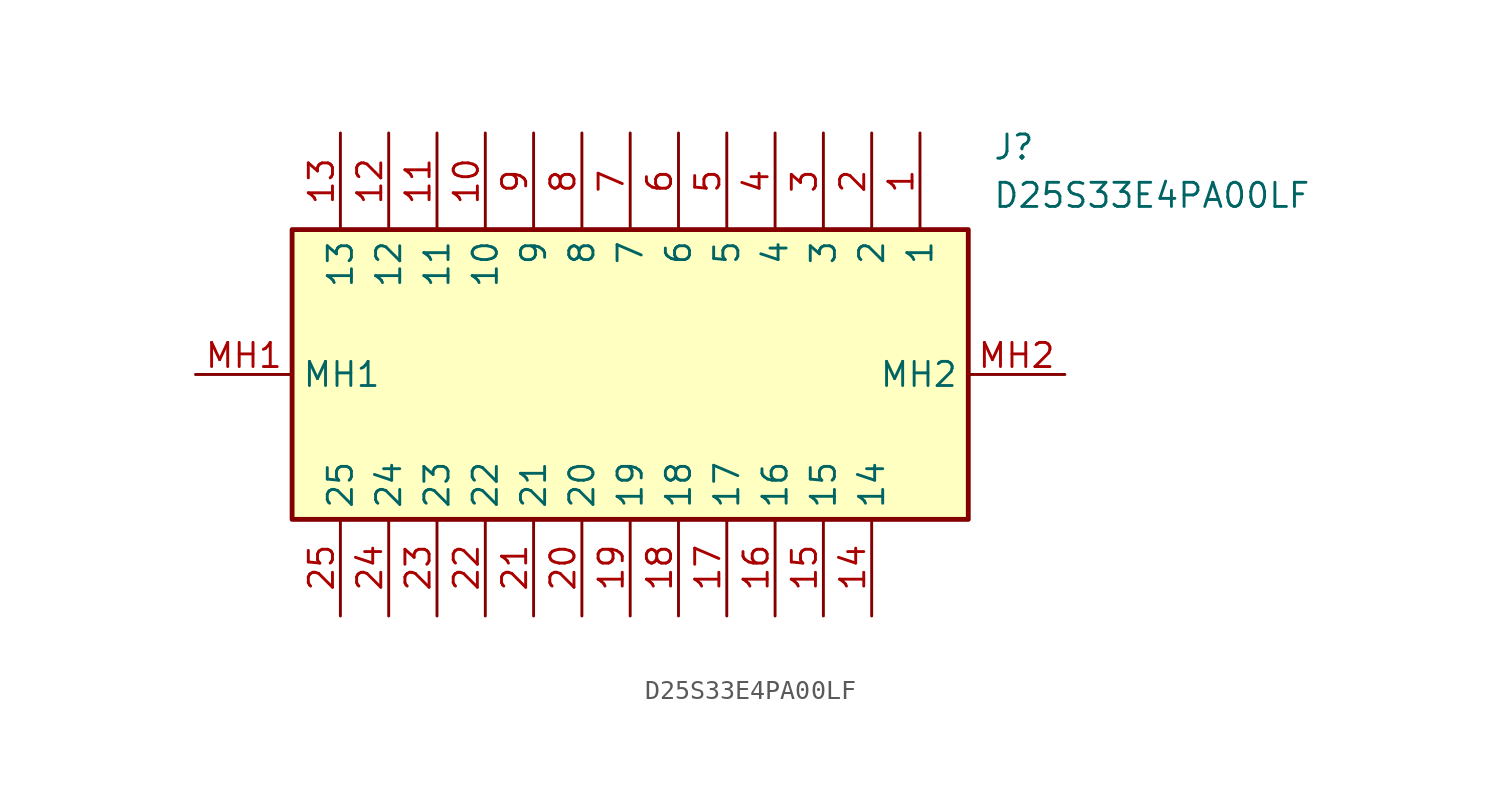
<source format=kicad_sym>
(kicad_symbol_lib
  (version 20211014)
  (generator SamacSys_ECAD_Model)
  (symbol "D25S33E4PA00LF"
    (property "Reference" "J"
      (at 41.91 12.7 0)
      (effects (font (size 1.27 1.27)) (justify left top)))
    (property "Value" "D25S33E4PA00LF"
      (at 41.91 10.16 0)
      (effects (font (size 1.27 1.27)) (justify left top)))
    (rectangle
      (start 5.08 7.62)
      (end 40.64 -7.62)
      (stroke (width 0.254) (type default))
      (fill (type background)))
    (pin passive line
      (at 38.1 12.7 270)
      (length 5.08)
      (name "1" (effects (font (size 1.27 1.27))))
      (number "1" (effects (font (size 1.27 1.27)))))
    (pin passive line
      (at 35.56 12.7 270)
      (length 5.08)
      (name "2" (effects (font (size 1.27 1.27))))
      (number "2" (effects (font (size 1.27 1.27)))))
    (pin passive line
      (at 33.02 12.7 270)
      (length 5.08)
      (name "3" (effects (font (size 1.27 1.27))))
      (number "3" (effects (font (size 1.27 1.27)))))
    (pin passive line
      (at 30.48 12.7 270)
      (length 5.08)
      (name "4" (effects (font (size 1.27 1.27))))
      (number "4" (effects (font (size 1.27 1.27)))))
    (pin passive line
      (at 27.94 12.7 270)
      (length 5.08)
      (name "5" (effects (font (size 1.27 1.27))))
      (number "5" (effects (font (size 1.27 1.27)))))
    (pin passive line
      (at 25.4 12.7 270)
      (length 5.08)
      (name "6" (effects (font (size 1.27 1.27))))
      (number "6" (effects (font (size 1.27 1.27)))))
    (pin passive line
      (at 22.86 12.7 270)
      (length 5.08)
      (name "7" (effects (font (size 1.27 1.27))))
      (number "7" (effects (font (size 1.27 1.27)))))
    (pin passive line
      (at 20.32 12.7 270)
      (length 5.08)
      (name "8" (effects (font (size 1.27 1.27))))
      (number "8" (effects (font (size 1.27 1.27)))))
    (pin passive line
      (at 17.78 12.7 270)
      (length 5.08)
      (name "9" (effects (font (size 1.27 1.27))))
      (number "9" (effects (font (size 1.27 1.27)))))
    (pin passive line
      (at 15.24 12.7 270)
      (length 5.08)
      (name "10" (effects (font (size 1.27 1.27))))
      (number "10" (effects (font (size 1.27 1.27)))))
    (pin passive line
      (at 12.7 12.7 270)
      (length 5.08)
      (name "11" (effects (font (size 1.27 1.27))))
      (number "11" (effects (font (size 1.27 1.27)))))
    (pin passive line
      (at 10.16 12.7 270)
      (length 5.08)
      (name "12" (effects (font (size 1.27 1.27))))
      (number "12" (effects (font (size 1.27 1.27)))))
    (pin passive line
      (at 7.62 12.7 270)
      (length 5.08)
      (name "13" (effects (font (size 1.27 1.27))))
      (number "13" (effects (font (size 1.27 1.27)))))
    (pin passive line
      (at 35.56 -12.7 90)
      (length 5.08)
      (name "14" (effects (font (size 1.27 1.27))))
      (number "14" (effects (font (size 1.27 1.27)))))
    (pin passive line
      (at 33.02 -12.7 90)
      (length 5.08)
      (name "15" (effects (font (size 1.27 1.27))))
      (number "15" (effects (font (size 1.27 1.27)))))
    (pin passive line
      (at 30.48 -12.7 90)
      (length 5.08)
      (name "16" (effects (font (size 1.27 1.27))))
      (number "16" (effects (font (size 1.27 1.27)))))
    (pin passive line
      (at 27.94 -12.7 90)
      (length 5.08)
      (name "17" (effects (font (size 1.27 1.27))))
      (number "17" (effects (font (size 1.27 1.27)))))
    (pin passive line
      (at 25.4 -12.7 90)
      (length 5.08)
      (name "18" (effects (font (size 1.27 1.27))))
      (number "18" (effects (font (size 1.27 1.27)))))
    (pin passive line
      (at 22.86 -12.7 90)
      (length 5.08)
      (name "19" (effects (font (size 1.27 1.27))))
      (number "19" (effects (font (size 1.27 1.27)))))
    (pin passive line
      (at 20.32 -12.7 90)
      (length 5.08)
      (name "20" (effects (font (size 1.27 1.27))))
      (number "20" (effects (font (size 1.27 1.27)))))
    (pin passive line
      (at 17.78 -12.7 90)
      (length 5.08)
      (name "21" (effects (font (size 1.27 1.27))))
      (number "21" (effects (font (size 1.27 1.27)))))
    (pin passive line
      (at 15.24 -12.7 90)
      (length 5.08)
      (name "22" (effects (font (size 1.27 1.27))))
      (number "22" (effects (font (size 1.27 1.27)))))
    (pin passive line
      (at 12.7 -12.7 90)
      (length 5.08)
      (name "23" (effects (font (size 1.27 1.27))))
      (number "23" (effects (font (size 1.27 1.27)))))
    (pin passive line
      (at 10.16 -12.7 90)
      (length 5.08)
      (name "24" (effects (font (size 1.27 1.27))))
      (number "24" (effects (font (size 1.27 1.27)))))
    (pin passive line
      (at 7.62 -12.7 90)
      (length 5.08)
      (name "25" (effects (font (size 1.27 1.27))))
      (number "25" (effects (font (size 1.27 1.27)))))
    (pin passive line
      (at 0 0 0)
      (length 5.08)
      (name "MH1" (effects (font (size 1.27 1.27))))
      (number "MH1" (effects (font (size 1.27 1.27)))))
    (pin passive line
      (at 45.72 0 180)
      (length 5.08)
      (name "MH2" (effects (font (size 1.27 1.27))))
      (number "MH2" (effects (font (size 1.27 1.27)))))))
</source>
